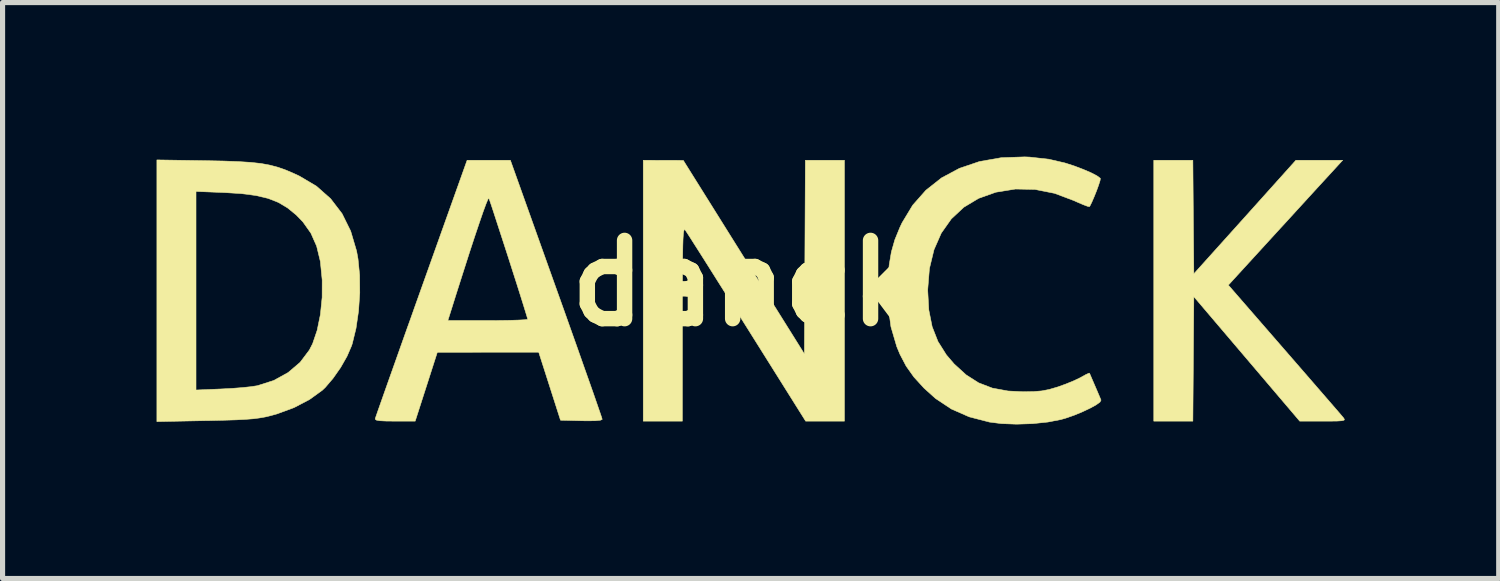
<source format=kicad_pcb>
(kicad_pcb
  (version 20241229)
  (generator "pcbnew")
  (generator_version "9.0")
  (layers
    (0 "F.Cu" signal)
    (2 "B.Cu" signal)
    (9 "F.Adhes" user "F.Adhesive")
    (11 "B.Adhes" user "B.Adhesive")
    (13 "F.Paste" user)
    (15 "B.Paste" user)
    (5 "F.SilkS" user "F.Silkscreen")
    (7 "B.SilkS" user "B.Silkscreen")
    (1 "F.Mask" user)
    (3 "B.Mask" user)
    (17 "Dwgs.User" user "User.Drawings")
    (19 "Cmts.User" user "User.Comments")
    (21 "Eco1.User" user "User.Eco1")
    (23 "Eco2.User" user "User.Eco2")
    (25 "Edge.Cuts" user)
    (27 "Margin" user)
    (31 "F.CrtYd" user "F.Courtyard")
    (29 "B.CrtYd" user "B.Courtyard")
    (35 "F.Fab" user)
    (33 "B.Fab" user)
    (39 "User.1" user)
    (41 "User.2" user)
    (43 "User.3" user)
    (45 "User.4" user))
  (footprint "danck"
    (layer "F.Cu")
    (at 11.435 2.466)
    (property "Reference" "danck" (at 0 0 0) (layer "F.SilkS") (effects (font (size 1.524 1.524) (thickness 0.3))))
    (attr through_hole)
    (fp_poly (pts (xy 1.959 2.685) (xy 1.204 2.685) (xy 0.06 0.862) (xy -0.148 0.531) (xy -0.346 0.216) (xy -0.53 -0.075) (xy -0.696 -0.339) (xy -0.841 -0.568) (xy -0.962 -0.758) (xy -1.054 -0.903) (xy -1.115 -0.997) (xy -1.14 -1.034) (xy -1.152 -1.045) (xy -1.162 -1.039) (xy -1.171 -1.01) (xy -1.178 -0.953) (xy -1.184 -0.863) (xy -1.188 -0.734) (xy -1.191 -0.561) (xy -1.193 -0.338) (xy -1.195 -0.061) (xy -1.196 0.277) (xy -1.196 0.681) (xy -1.196 0.789) (xy -1.197 2.685) (xy -1.959 2.685) (xy -1.959 -2.395) (xy -1.569 -2.394) (xy -1.179 -2.393) (xy 1.179 1.376) (xy 1.189 -0.509) (xy 1.198 -2.395) (xy 1.959 -2.395) (xy 1.959 2.685)) (stroke (width 0.01) (type solid)) (fill yes) (layer "F.SilkS"))
    (fp_poly (pts (xy 8.753 -1.289) (xy 8.763 -0.184) (xy 9.757 -1.289) (xy 10.75 -2.395) (xy 11.661 -2.395) (xy 11.569 -2.295) (xy 11.525 -2.247) (xy 11.438 -2.152) (xy 11.313 -2.016) (xy 11.156 -1.845) (xy 10.973 -1.645) (xy 10.77 -1.423) (xy 10.552 -1.184) (xy 10.456 -1.08) (xy 9.435 0.036) (xy 10.532 1.298) (xy 10.758 1.558) (xy 10.97 1.802) (xy 11.164 2.026) (xy 11.334 2.222) (xy 11.476 2.386) (xy 11.584 2.511) (xy 11.654 2.593) (xy 11.679 2.623) (xy 11.695 2.649) (xy 11.688 2.666) (xy 11.646 2.677) (xy 11.559 2.683) (xy 11.418 2.685) (xy 11.277 2.685) (xy 10.825 2.685) (xy 9.794 1.473) (xy 8.763 0.261) (xy 8.744 2.685) (xy 7.983 2.685) (xy 7.983 -2.395) (xy 8.744 -2.395) (xy 8.753 -1.289)) (stroke (width 0.01) (type solid)) (fill yes) (layer "F.SilkS"))
    (fp_poly (pts (xy -10.477 -2.387) (xy -10.128 -2.38) (xy -9.84 -2.369) (xy -9.601 -2.354) (xy -9.401 -2.332) (xy -9.228 -2.3) (xy -9.07 -2.258) (xy -8.917 -2.204) (xy -8.757 -2.135) (xy -8.654 -2.087) (xy -8.323 -1.891) (xy -8.047 -1.647) (xy -7.824 -1.356) (xy -7.656 -1.016) (xy -7.541 -0.627) (xy -7.513 -0.472) (xy -7.482 -0.158) (xy -7.479 0.187) (xy -7.503 0.54) (xy -7.552 0.877) (xy -7.624 1.172) (xy -7.638 1.216) (xy -7.726 1.42) (xy -7.852 1.641) (xy -8 1.852) (xy -8.151 2.029) (xy -8.21 2.085) (xy -8.458 2.264) (xy -8.758 2.421) (xy -9.091 2.544) (xy -9.217 2.579) (xy -9.323 2.604) (xy -9.432 2.623) (xy -9.554 2.639) (xy -9.701 2.65) (xy -9.883 2.66) (xy -10.114 2.667) (xy -10.402 2.674) (xy -10.477 2.675) (xy -11.43 2.694) (xy -11.43 2.079) (xy -10.668 2.079) (xy -10.169 2.058) (xy -9.965 2.047) (xy -9.769 2.032) (xy -9.6 2.014) (xy -9.48 1.996) (xy -9.471 1.994) (xy -9.154 1.893) (xy -8.875 1.739) (xy -8.641 1.54) (xy -8.461 1.301) (xy -8.397 1.176) (xy -8.309 0.917) (xy -8.246 0.61) (xy -8.212 0.276) (xy -8.211 -0.064) (xy -8.212 -0.074) (xy -8.247 -0.426) (xy -8.319 -0.723) (xy -8.431 -0.976) (xy -8.588 -1.197) (xy -8.718 -1.331) (xy -8.886 -1.468) (xy -9.064 -1.574) (xy -9.265 -1.653) (xy -9.502 -1.709) (xy -9.785 -1.746) (xy -10.127 -1.767) (xy -10.133 -1.767) (xy -10.668 -1.788) (xy -10.668 2.079) (xy -11.43 2.079) (xy -11.43 -2.402) (xy -10.477 -2.387)) (stroke (width 0.01) (type solid)) (fill yes) (layer "F.SilkS"))
    (fp_poly (pts (xy -3.652 0.109) (xy -3.506 0.517) (xy -3.368 0.906) (xy -3.239 1.269) (xy -3.122 1.602) (xy -3.017 1.898) (xy -2.927 2.154) (xy -2.855 2.362) (xy -2.801 2.518) (xy -2.768 2.616) (xy -2.758 2.651) (xy -2.793 2.667) (xy -2.895 2.677) (xy -3.059 2.679) (xy -3.164 2.677) (xy -3.57 2.667) (xy -3.782 2.005) (xy -3.994 1.343) (xy -4.981 1.343) (xy -5.969 1.344) (xy -6.184 2.014) (xy -6.4 2.685) (xy -6.795 2.685) (xy -6.974 2.683) (xy -7.091 2.677) (xy -7.156 2.665) (xy -7.178 2.646) (xy -7.178 2.636) (xy -7.164 2.595) (xy -7.128 2.491) (xy -7.071 2.329) (xy -6.996 2.116) (xy -6.904 1.856) (xy -6.797 1.555) (xy -6.678 1.219) (xy -6.548 0.853) (xy -6.502 0.726) (xy -5.764 0.726) (xy -4.986 0.726) (xy -4.758 0.725) (xy -4.556 0.722) (xy -4.391 0.717) (xy -4.273 0.711) (xy -4.214 0.704) (xy -4.209 0.701) (xy -4.22 0.66) (xy -4.25 0.561) (xy -4.296 0.412) (xy -4.355 0.223) (xy -4.424 0.005) (xy -4.5 -0.232) (xy -4.579 -0.48) (xy -4.659 -0.727) (xy -4.736 -0.964) (xy -4.807 -1.182) (xy -4.868 -1.37) (xy -4.917 -1.519) (xy -4.951 -1.618) (xy -4.966 -1.657) (xy -4.983 -1.635) (xy -5.02 -1.547) (xy -5.076 -1.395) (xy -5.149 -1.183) (xy -5.24 -0.913) (xy -5.346 -0.59) (xy -5.466 -0.215) (xy -5.601 0.208) (xy -5.681 0.463) (xy -5.764 0.726) (xy -6.502 0.726) (xy -6.409 0.463) (xy -6.278 0.096) (xy -5.389 -2.395) (xy -4.546 -2.395) (xy -3.652 0.109)) (stroke (width 0.01) (type solid)) (fill yes) (layer "F.SilkS"))
    (fp_poly (pts (xy 5.566 -2.457) (xy 5.94 -2.415) (xy 6.252 -2.343) (xy 6.432 -2.285) (xy 6.606 -2.219) (xy 6.758 -2.154) (xy 6.874 -2.094) (xy 6.938 -2.047) (xy 6.943 -2.041) (xy 6.937 -2) (xy 6.909 -1.912) (xy 6.868 -1.799) (xy 6.82 -1.68) (xy 6.775 -1.576) (xy 6.74 -1.506) (xy 6.729 -1.492) (xy 6.692 -1.499) (xy 6.605 -1.532) (xy 6.484 -1.584) (xy 6.429 -1.609) (xy 6.052 -1.751) (xy 5.67 -1.827) (xy 5.293 -1.835) (xy 5.284 -1.834) (xy 4.908 -1.773) (xy 4.573 -1.654) (xy 4.283 -1.48) (xy 4.04 -1.253) (xy 3.845 -0.977) (xy 3.703 -0.654) (xy 3.614 -0.287) (xy 3.581 0.121) (xy 3.581 0.145) (xy 3.602 0.52) (xy 3.667 0.846) (xy 3.78 1.134) (xy 3.945 1.396) (xy 4.095 1.571) (xy 4.329 1.784) (xy 4.572 1.939) (xy 4.84 2.042) (xy 5.145 2.098) (xy 5.443 2.113) (xy 5.645 2.109) (xy 5.803 2.096) (xy 5.947 2.068) (xy 6.106 2.021) (xy 6.114 2.019) (xy 6.274 1.961) (xy 6.43 1.897) (xy 6.551 1.839) (xy 6.564 1.832) (xy 6.655 1.781) (xy 6.716 1.753) (xy 6.73 1.75) (xy 6.746 1.785) (xy 6.781 1.867) (xy 6.828 1.976) (xy 6.878 2.092) (xy 6.922 2.196) (xy 6.952 2.267) (xy 6.956 2.275) (xy 6.935 2.314) (xy 6.859 2.369) (xy 6.74 2.434) (xy 6.594 2.503) (xy 6.432 2.57) (xy 6.268 2.627) (xy 6.173 2.654) (xy 5.918 2.703) (xy 5.621 2.734) (xy 5.311 2.744) (xy 5.016 2.733) (xy 4.781 2.703) (xy 4.388 2.601) (xy 4.042 2.449) (xy 3.732 2.243) (xy 3.508 2.041) (xy 3.311 1.825) (xy 3.161 1.614) (xy 3.04 1.383) (xy 2.978 1.234) (xy 2.865 0.849) (xy 2.807 0.424) (xy 2.805 -0.044) (xy 2.805 -0.052) (xy 2.83 -0.354) (xy 2.873 -0.61) (xy 2.94 -0.846) (xy 3.038 -1.086) (xy 3.082 -1.179) (xy 3.288 -1.52) (xy 3.545 -1.811) (xy 3.85 -2.052) (xy 4.198 -2.238) (xy 4.587 -2.37) (xy 5.012 -2.445) (xy 5.47 -2.461) (xy 5.566 -2.457)) (stroke (width 0.01) (type solid)) (fill yes) (layer "F.SilkS")))
  (gr_rect
    (start -3 -3)
    (end 26.135 8.215)
    (stroke (width 0.1) (type default))
    (fill no)
    (layer "Edge.Cuts")))
</source>
